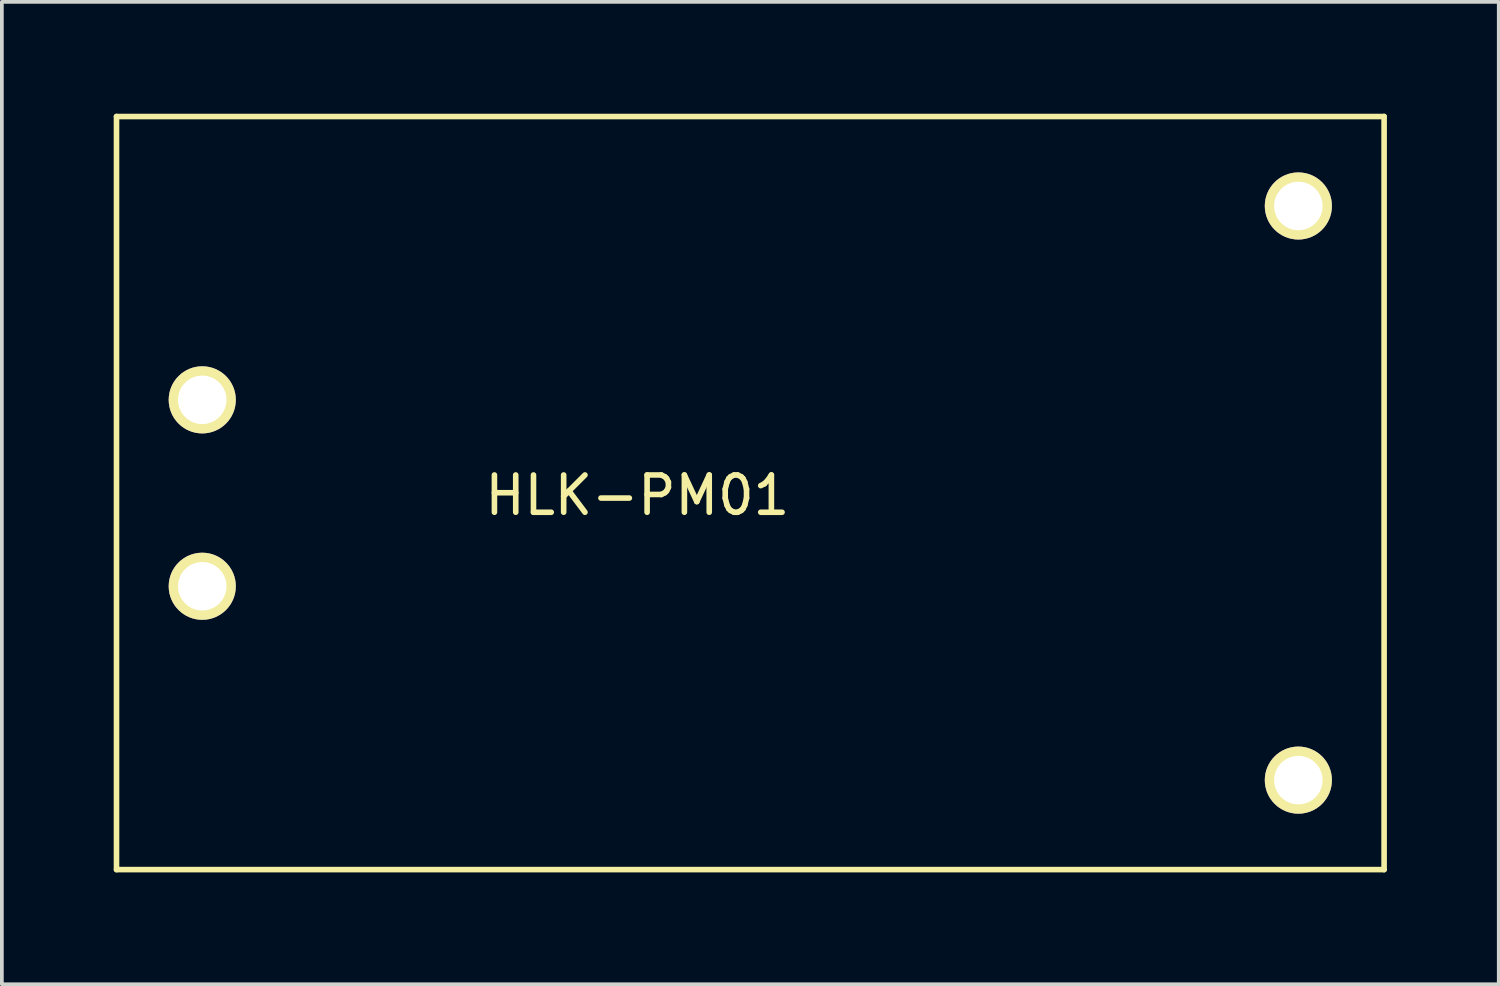
<source format=kicad_pcb>
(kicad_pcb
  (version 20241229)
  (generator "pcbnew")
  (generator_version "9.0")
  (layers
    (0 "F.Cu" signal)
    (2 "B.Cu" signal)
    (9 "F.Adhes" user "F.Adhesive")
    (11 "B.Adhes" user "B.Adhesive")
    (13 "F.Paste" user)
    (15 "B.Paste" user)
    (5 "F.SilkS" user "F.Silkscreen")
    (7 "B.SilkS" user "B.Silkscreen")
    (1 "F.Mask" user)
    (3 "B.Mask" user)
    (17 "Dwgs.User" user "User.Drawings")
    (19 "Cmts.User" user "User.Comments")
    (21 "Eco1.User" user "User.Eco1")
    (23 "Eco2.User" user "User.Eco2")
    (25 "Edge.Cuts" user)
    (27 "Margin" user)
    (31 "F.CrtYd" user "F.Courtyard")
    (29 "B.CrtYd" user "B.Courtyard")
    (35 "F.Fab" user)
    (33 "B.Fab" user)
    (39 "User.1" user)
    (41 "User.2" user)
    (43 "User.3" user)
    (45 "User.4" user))
  (footprint "HLK-PM01"
    (layer "F.Cu")
    (at 16.585 10.235)
    (property "Reference" "HLK-PM01" (at -2.54 0 0) (layer "F.SilkS") (effects (font (size 1 1) (thickness 0.15))))
    (attr through_hole)
    (fp_line (start -16.51 -10.16) (end -16.51 10.04) (stroke (width 0.15) (type solid)) (layer "F.SilkS"))
    (fp_line (start -16.51 -10.16) (end 17.49 -10.16) (stroke (width 0.15) (type solid)) (layer "F.SilkS"))
    (fp_line (start 17.49 -10.16) (end 17.49 10.04) (stroke (width 0.15) (type solid)) (layer "F.SilkS"))
    (fp_line (start 17.49 10.04) (end -16.51 10.04) (stroke (width 0.15) (type solid)) (layer "F.SilkS"))
    (pad "1" thru_hole circle (at -14.21 -2.56) (size 1.8 1.8) (drill 1.3) (layers "*.Cu" "*.Mask" "F.SilkS"))
    (pad "2" thru_hole circle (at -14.21 2.44) (size 1.8 1.8) (drill 1.3) (layers "*.Cu" "*.Mask" "F.SilkS"))
    (pad "3" thru_hole circle (at 15.19 -7.76) (size 1.8 1.8) (drill 1.3) (layers "*.Cu" "*.Mask" "F.SilkS"))
    (pad "4" thru_hole circle (at 15.19 7.64) (size 1.8 1.8) (drill 1.3) (layers "*.Cu" "*.Mask" "F.SilkS")))
  (gr_rect
    (start -3 -3)
    (end 37.15 23.35)
    (stroke (width 0.1) (type default))
    (fill no)
    (layer "Edge.Cuts")))
</source>
